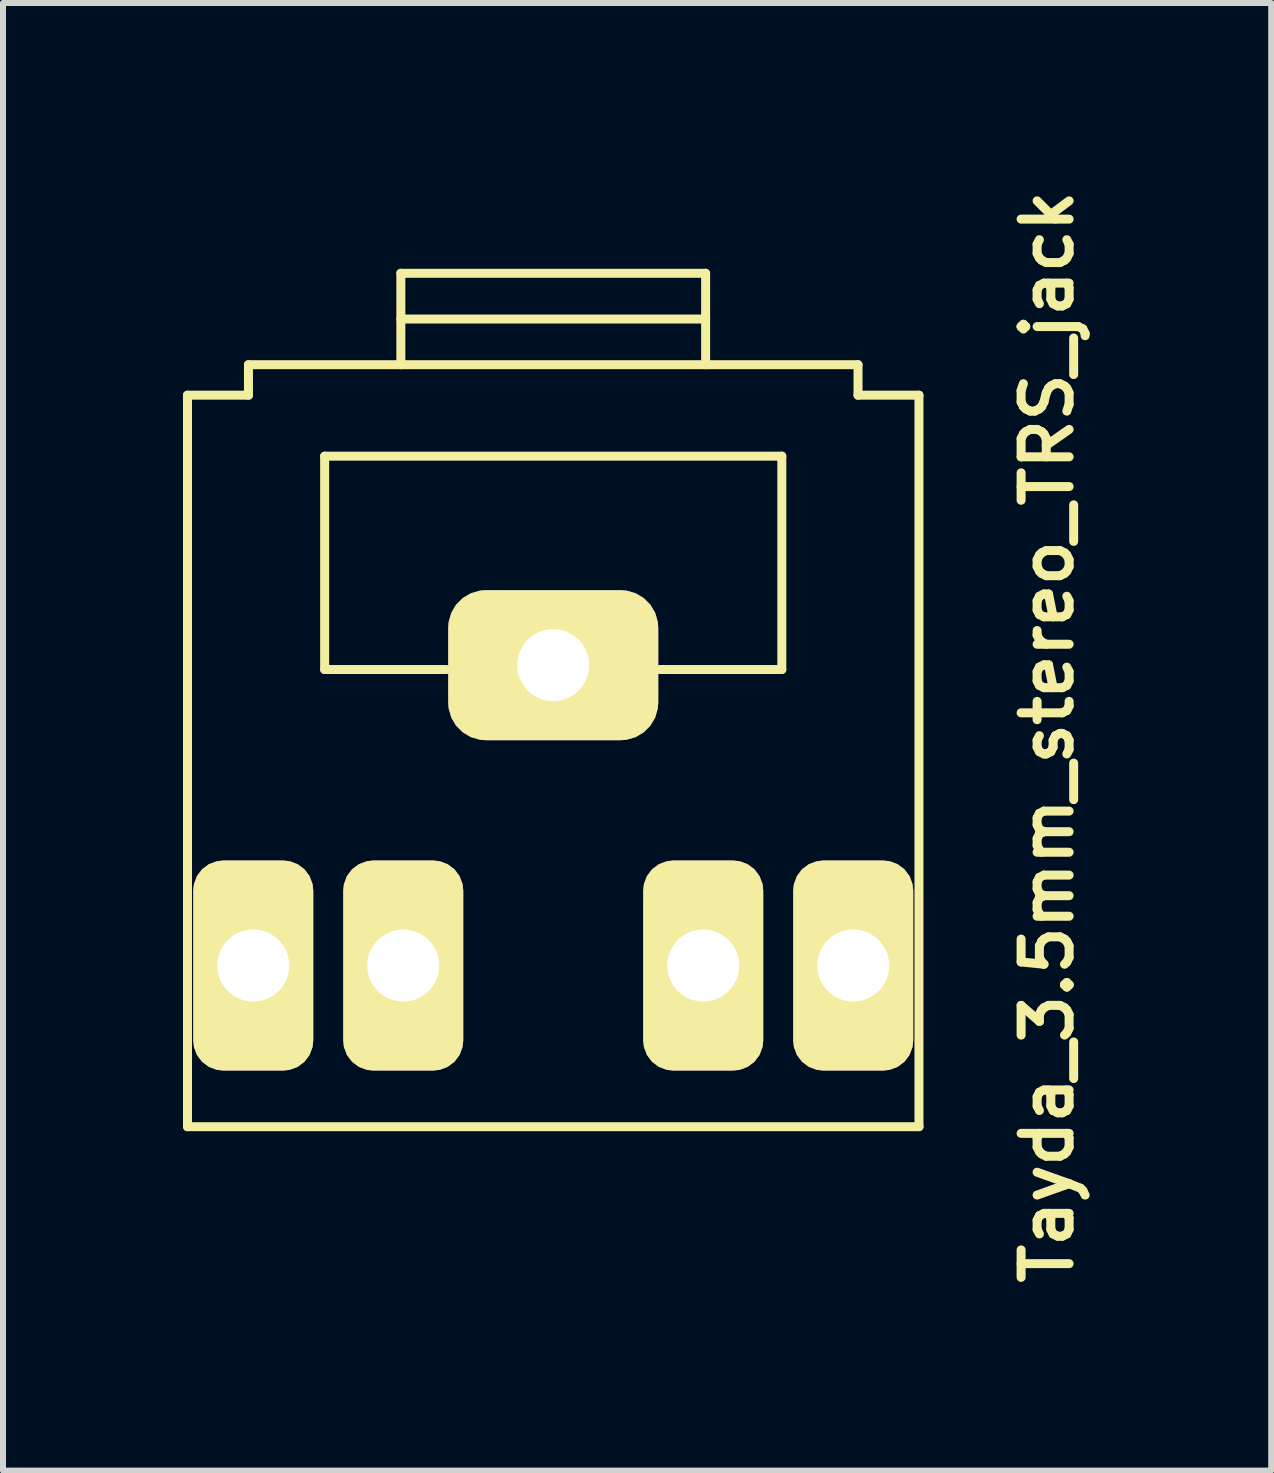
<source format=kicad_pcb>
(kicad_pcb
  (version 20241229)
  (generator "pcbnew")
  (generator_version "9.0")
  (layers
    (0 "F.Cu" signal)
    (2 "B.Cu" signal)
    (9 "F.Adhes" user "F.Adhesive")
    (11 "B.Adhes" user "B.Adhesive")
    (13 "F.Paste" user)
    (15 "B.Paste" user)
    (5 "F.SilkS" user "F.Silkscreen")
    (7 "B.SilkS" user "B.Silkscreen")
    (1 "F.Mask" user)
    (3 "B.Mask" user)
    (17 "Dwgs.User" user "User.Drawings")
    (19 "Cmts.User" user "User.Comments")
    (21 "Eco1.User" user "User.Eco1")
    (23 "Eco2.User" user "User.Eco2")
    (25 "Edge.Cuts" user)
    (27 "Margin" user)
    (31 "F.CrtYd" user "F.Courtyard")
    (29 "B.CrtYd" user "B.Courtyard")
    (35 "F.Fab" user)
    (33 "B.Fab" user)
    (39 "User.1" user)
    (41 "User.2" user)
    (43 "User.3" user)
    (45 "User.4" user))
  (footprint "Tayda_3.5mm_stereo_TRS_jack"
    (layer "F.Cu")
    (at 6.171 9.633)
    (property "Reference" "Tayda_3.5mm_stereo_TRS_jack" (at 8.236 -0.402 90) (layer "F.SilkS") (effects (font (size 0.8 0.8) (thickness 0.15))))
    (attr through_hole)
    (fp_line (start -6.096 6.096) (end -6.096 -6.096) (stroke (width 0.15) (type solid)) (layer "F.SilkS"))
    (fp_line (start -5.08 -6.604) (end 5.08 -6.604) (stroke (width 0.15) (type solid)) (layer "F.SilkS"))
    (fp_line (start -5.08 -6.35) (end -5.08 -6.604) (stroke (width 0.15) (type solid)) (layer "F.SilkS"))
    (fp_line (start -5.08 -6.096) (end -6.096 -6.096) (stroke (width 0.15) (type solid)) (layer "F.SilkS"))
    (fp_line (start -5.08 -6.096) (end -5.08 -6.35) (stroke (width 0.15) (type solid)) (layer "F.SilkS"))
    (fp_line (start -3.81 -5.08) (end 3.81 -5.08) (stroke (width 0.15) (type solid)) (layer "F.SilkS"))
    (fp_line (start -3.81 -1.524) (end -3.81 -5.08) (stroke (width 0.15) (type solid)) (layer "F.SilkS"))
    (fp_line (start -2.54 -8.128) (end -2.54 -6.604) (stroke (width 0.15) (type solid)) (layer "F.SilkS"))
    (fp_line (start -2.54 -8.128) (end 2.54 -8.128) (stroke (width 0.15) (type solid)) (layer "F.SilkS"))
    (fp_line (start -2.54 -7.366) (end 2.54 -7.366) (stroke (width 0.15) (type solid)) (layer "F.SilkS"))
    (fp_line (start -1.778 -1.524) (end -3.81 -1.524) (stroke (width 0.15) (type solid)) (layer "F.SilkS"))
    (fp_line (start 2.54 -6.604) (end 2.54 -8.128) (stroke (width 0.15) (type solid)) (layer "F.SilkS"))
    (fp_line (start 3.81 -5.08) (end 3.81 -1.524) (stroke (width 0.15) (type solid)) (layer "F.SilkS"))
    (fp_line (start 3.81 -1.524) (end 1.778 -1.524) (stroke (width 0.15) (type solid)) (layer "F.SilkS"))
    (fp_line (start 5.08 -6.604) (end 5.08 -6.096) (stroke (width 0.15) (type solid)) (layer "F.SilkS"))
    (fp_line (start 6.096 -6.096) (end 5.08 -6.096) (stroke (width 0.15) (type solid)) (layer "F.SilkS"))
    (fp_line (start 6.096 -6.096) (end 6.096 6.096) (stroke (width 0.15) (type solid)) (layer "F.SilkS"))
    (fp_line (start 6.096 6.096) (end -6.096 6.096) (stroke (width 0.15) (type solid)) (layer "F.SilkS"))
    (pad "1" thru_hole roundrect (at 0 -1.596) (size 3.5 2.5) (drill 1.2) (layers "B.Cu" "B.Mask" "F.SilkS") (roundrect_rratio 0.25))
    (pad "2" thru_hole roundrect (at 5 3.41) (size 2 3.5) (drill 1.2) (layers "B.Cu" "B.Mask" "F.SilkS") (roundrect_rratio 0.25))
    (pad "3" thru_hole roundrect (at -5 3.41) (size 2 3.5) (drill 1.2) (layers "B.Cu" "B.Mask" "F.SilkS") (roundrect_rratio 0.25))
    (pad "4" thru_hole roundrect (at 2.5 3.41) (size 2 3.5) (drill 1.2) (layers "B.Cu" "B.Mask" "F.SilkS") (roundrect_rratio 0.25))
    (pad "5" thru_hole roundrect (at -2.5 3.41) (size 2 3.5) (drill 1.2) (layers "B.Cu" "B.Mask" "F.SilkS") (roundrect_rratio 0.25)))
  (gr_rect
    (start -3 -3)
    (end 18.138 21.461)
    (stroke (width 0.1) (type default))
    (fill no)
    (layer "Edge.Cuts")))
</source>
